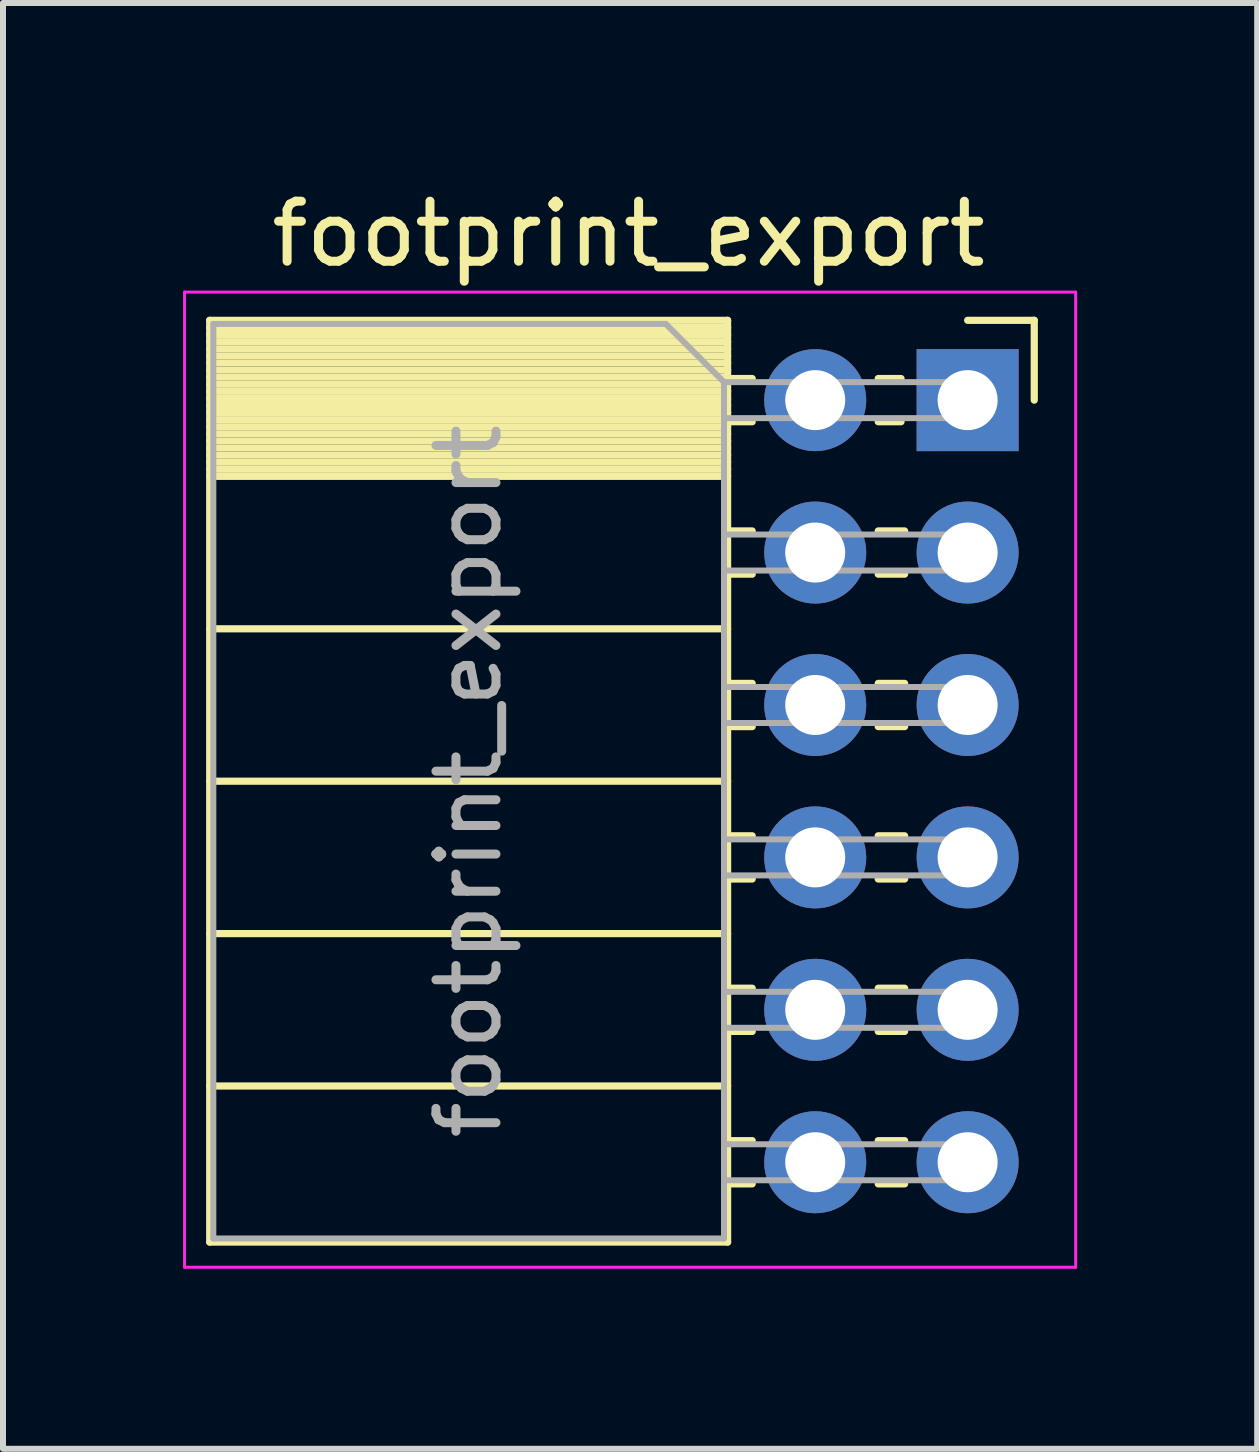
<source format=kicad_pcb>
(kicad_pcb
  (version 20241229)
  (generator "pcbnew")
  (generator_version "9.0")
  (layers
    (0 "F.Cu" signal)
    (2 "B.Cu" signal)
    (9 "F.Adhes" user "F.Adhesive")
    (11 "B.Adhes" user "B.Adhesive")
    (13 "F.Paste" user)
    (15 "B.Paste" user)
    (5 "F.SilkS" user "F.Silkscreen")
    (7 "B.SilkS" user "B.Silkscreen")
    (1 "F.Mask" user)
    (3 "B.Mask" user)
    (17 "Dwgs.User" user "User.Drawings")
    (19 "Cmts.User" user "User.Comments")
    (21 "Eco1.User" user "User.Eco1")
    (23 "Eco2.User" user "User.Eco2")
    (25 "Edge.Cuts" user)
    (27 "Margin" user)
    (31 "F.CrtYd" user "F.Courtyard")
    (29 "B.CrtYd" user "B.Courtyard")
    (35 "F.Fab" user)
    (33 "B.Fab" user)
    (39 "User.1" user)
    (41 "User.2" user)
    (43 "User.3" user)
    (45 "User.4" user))
  (footprint "footprint_export"
    (layer "F.Cu")
    (at 13.075 3.618)
    (property "Reference" "footprint_export" (at -5.65 -2.77 0) (layer "F.SilkS") (effects (font (size 1 1) (thickness 0.15))))
    (attr through_hole)
    (fp_line (start -12.63 -1.33) (end -12.63 14.03) (stroke (width 0.12) (type solid)) (layer "F.SilkS"))
    (fp_line (start -12.63 -1.33) (end -4 -1.33) (stroke (width 0.12) (type solid)) (layer "F.SilkS"))
    (fp_line (start -12.63 -1.21) (end -4 -1.21) (stroke (width 0.12) (type solid)) (layer "F.SilkS"))
    (fp_line (start -12.63 -1.092) (end -4 -1.092) (stroke (width 0.12) (type solid)) (layer "F.SilkS"))
    (fp_line (start -12.63 -0.974) (end -4 -0.974) (stroke (width 0.12) (type solid)) (layer "F.SilkS"))
    (fp_line (start -12.63 -0.856) (end -4 -0.856) (stroke (width 0.12) (type solid)) (layer "F.SilkS"))
    (fp_line (start -12.63 -0.738) (end -4 -0.738) (stroke (width 0.12) (type solid)) (layer "F.SilkS"))
    (fp_line (start -12.63 -0.62) (end -4 -0.62) (stroke (width 0.12) (type solid)) (layer "F.SilkS"))
    (fp_line (start -12.63 -0.501) (end -4 -0.501) (stroke (width 0.12) (type solid)) (layer "F.SilkS"))
    (fp_line (start -12.63 -0.383) (end -4 -0.383) (stroke (width 0.12) (type solid)) (layer "F.SilkS"))
    (fp_line (start -12.63 -0.265) (end -4 -0.265) (stroke (width 0.12) (type solid)) (layer "F.SilkS"))
    (fp_line (start -12.63 -0.147) (end -4 -0.147) (stroke (width 0.12) (type solid)) (layer "F.SilkS"))
    (fp_line (start -12.63 -0.029) (end -4 -0.029) (stroke (width 0.12) (type solid)) (layer "F.SilkS"))
    (fp_line (start -12.63 0.089) (end -4 0.089) (stroke (width 0.12) (type solid)) (layer "F.SilkS"))
    (fp_line (start -12.63 0.207) (end -4 0.207) (stroke (width 0.12) (type solid)) (layer "F.SilkS"))
    (fp_line (start -12.63 0.325) (end -4 0.325) (stroke (width 0.12) (type solid)) (layer "F.SilkS"))
    (fp_line (start -12.63 0.443) (end -4 0.443) (stroke (width 0.12) (type solid)) (layer "F.SilkS"))
    (fp_line (start -12.63 0.561) (end -4 0.561) (stroke (width 0.12) (type solid)) (layer "F.SilkS"))
    (fp_line (start -12.63 0.68) (end -4 0.68) (stroke (width 0.12) (type solid)) (layer "F.SilkS"))
    (fp_line (start -12.63 0.798) (end -4 0.798) (stroke (width 0.12) (type solid)) (layer "F.SilkS"))
    (fp_line (start -12.63 0.916) (end -4 0.916) (stroke (width 0.12) (type solid)) (layer "F.SilkS"))
    (fp_line (start -12.63 1.034) (end -4 1.034) (stroke (width 0.12) (type solid)) (layer "F.SilkS"))
    (fp_line (start -12.63 1.152) (end -4 1.152) (stroke (width 0.12) (type solid)) (layer "F.SilkS"))
    (fp_line (start -12.63 1.27) (end -4 1.27) (stroke (width 0.12) (type solid)) (layer "F.SilkS"))
    (fp_line (start -12.63 3.81) (end -4 3.81) (stroke (width 0.12) (type solid)) (layer "F.SilkS"))
    (fp_line (start -12.63 6.35) (end -4 6.35) (stroke (width 0.12) (type solid)) (layer "F.SilkS"))
    (fp_line (start -12.63 8.89) (end -4 8.89) (stroke (width 0.12) (type solid)) (layer "F.SilkS"))
    (fp_line (start -12.63 11.43) (end -4 11.43) (stroke (width 0.12) (type solid)) (layer "F.SilkS"))
    (fp_line (start -12.63 14.03) (end -4 14.03) (stroke (width 0.12) (type solid)) (layer "F.SilkS"))
    (fp_line (start -4 -1.33) (end -4 14.03) (stroke (width 0.12) (type solid)) (layer "F.SilkS"))
    (fp_line (start -4 -0.36) (end -3.59 -0.36) (stroke (width 0.12) (type solid)) (layer "F.SilkS"))
    (fp_line (start -4 0.36) (end -3.59 0.36) (stroke (width 0.12) (type solid)) (layer "F.SilkS"))
    (fp_line (start -4 2.18) (end -3.59 2.18) (stroke (width 0.12) (type solid)) (layer "F.SilkS"))
    (fp_line (start -4 2.9) (end -3.59 2.9) (stroke (width 0.12) (type solid)) (layer "F.SilkS"))
    (fp_line (start -4 4.72) (end -3.59 4.72) (stroke (width 0.12) (type solid)) (layer "F.SilkS"))
    (fp_line (start -4 5.44) (end -3.59 5.44) (stroke (width 0.12) (type solid)) (layer "F.SilkS"))
    (fp_line (start -4 7.26) (end -3.59 7.26) (stroke (width 0.12) (type solid)) (layer "F.SilkS"))
    (fp_line (start -4 7.98) (end -3.59 7.98) (stroke (width 0.12) (type solid)) (layer "F.SilkS"))
    (fp_line (start -4 9.8) (end -3.59 9.8) (stroke (width 0.12) (type solid)) (layer "F.SilkS"))
    (fp_line (start -4 10.52) (end -3.59 10.52) (stroke (width 0.12) (type solid)) (layer "F.SilkS"))
    (fp_line (start -4 12.34) (end -3.59 12.34) (stroke (width 0.12) (type solid)) (layer "F.SilkS"))
    (fp_line (start -4 13.06) (end -3.59 13.06) (stroke (width 0.12) (type solid)) (layer "F.SilkS"))
    (fp_line (start -1.49 -0.36) (end -1.11 -0.36) (stroke (width 0.12) (type solid)) (layer "F.SilkS"))
    (fp_line (start -1.49 0.36) (end -1.11 0.36) (stroke (width 0.12) (type solid)) (layer "F.SilkS"))
    (fp_line (start -1.49 2.18) (end -1.05 2.18) (stroke (width 0.12) (type solid)) (layer "F.SilkS"))
    (fp_line (start -1.49 2.9) (end -1.05 2.9) (stroke (width 0.12) (type solid)) (layer "F.SilkS"))
    (fp_line (start -1.49 4.72) (end -1.05 4.72) (stroke (width 0.12) (type solid)) (layer "F.SilkS"))
    (fp_line (start -1.49 5.44) (end -1.05 5.44) (stroke (width 0.12) (type solid)) (layer "F.SilkS"))
    (fp_line (start -1.49 7.26) (end -1.05 7.26) (stroke (width 0.12) (type solid)) (layer "F.SilkS"))
    (fp_line (start -1.49 7.98) (end -1.05 7.98) (stroke (width 0.12) (type solid)) (layer "F.SilkS"))
    (fp_line (start -1.49 9.8) (end -1.05 9.8) (stroke (width 0.12) (type solid)) (layer "F.SilkS"))
    (fp_line (start -1.49 10.52) (end -1.05 10.52) (stroke (width 0.12) (type solid)) (layer "F.SilkS"))
    (fp_line (start -1.49 12.34) (end -1.05 12.34) (stroke (width 0.12) (type solid)) (layer "F.SilkS"))
    (fp_line (start -1.49 13.06) (end -1.05 13.06) (stroke (width 0.12) (type solid)) (layer "F.SilkS"))
    (fp_line (start 0 -1.33) (end 1.11 -1.33) (stroke (width 0.12) (type solid)) (layer "F.SilkS"))
    (fp_line (start 1.11 -1.33) (end 1.11 0) (stroke (width 0.12) (type solid)) (layer "F.SilkS"))
    (fp_line (start -13.05 -1.8) (end -13.05 14.45) (stroke (width 0.05) (type solid)) (layer "F.CrtYd"))
    (fp_line (start -13.05 14.45) (end 1.8 14.45) (stroke (width 0.05) (type solid)) (layer "F.CrtYd"))
    (fp_line (start 1.8 -1.8) (end -13.05 -1.8) (stroke (width 0.05) (type solid)) (layer "F.CrtYd"))
    (fp_line (start 1.8 14.45) (end 1.8 -1.8) (stroke (width 0.05) (type solid)) (layer "F.CrtYd"))
    (fp_line (start -12.57 -1.27) (end -5.03 -1.27) (stroke (width 0.1) (type solid)) (layer "F.Fab"))
    (fp_line (start -12.57 13.97) (end -12.57 -1.27) (stroke (width 0.1) (type solid)) (layer "F.Fab"))
    (fp_line (start -5.03 -1.27) (end -4.06 -0.3) (stroke (width 0.1) (type solid)) (layer "F.Fab"))
    (fp_line (start -4.06 -0.3) (end -4.06 13.97) (stroke (width 0.1) (type solid)) (layer "F.Fab"))
    (fp_line (start -4.06 0.3) (end 0 0.3) (stroke (width 0.1) (type solid)) (layer "F.Fab"))
    (fp_line (start -4.06 2.84) (end 0 2.84) (stroke (width 0.1) (type solid)) (layer "F.Fab"))
    (fp_line (start -4.06 5.38) (end 0 5.38) (stroke (width 0.1) (type solid)) (layer "F.Fab"))
    (fp_line (start -4.06 7.92) (end 0 7.92) (stroke (width 0.1) (type solid)) (layer "F.Fab"))
    (fp_line (start -4.06 10.46) (end 0 10.46) (stroke (width 0.1) (type solid)) (layer "F.Fab"))
    (fp_line (start -4.06 13) (end 0 13) (stroke (width 0.1) (type solid)) (layer "F.Fab"))
    (fp_line (start -4.06 13.97) (end -12.57 13.97) (stroke (width 0.1) (type solid)) (layer "F.Fab"))
    (fp_line (start 0 -0.3) (end -4.06 -0.3) (stroke (width 0.1) (type solid)) (layer "F.Fab"))
    (fp_line (start 0 0.3) (end 0 -0.3) (stroke (width 0.1) (type solid)) (layer "F.Fab"))
    (fp_line (start 0 2.24) (end -4.06 2.24) (stroke (width 0.1) (type solid)) (layer "F.Fab"))
    (fp_line (start 0 2.84) (end 0 2.24) (stroke (width 0.1) (type solid)) (layer "F.Fab"))
    (fp_line (start 0 4.78) (end -4.06 4.78) (stroke (width 0.1) (type solid)) (layer "F.Fab"))
    (fp_line (start 0 5.38) (end 0 4.78) (stroke (width 0.1) (type solid)) (layer "F.Fab"))
    (fp_line (start 0 7.32) (end -4.06 7.32) (stroke (width 0.1) (type solid)) (layer "F.Fab"))
    (fp_line (start 0 7.92) (end 0 7.32) (stroke (width 0.1) (type solid)) (layer "F.Fab"))
    (fp_line (start 0 9.86) (end -4.06 9.86) (stroke (width 0.1) (type solid)) (layer "F.Fab"))
    (fp_line (start 0 10.46) (end 0 9.86) (stroke (width 0.1) (type solid)) (layer "F.Fab"))
    (fp_line (start 0 12.4) (end -4.06 12.4) (stroke (width 0.1) (type solid)) (layer "F.Fab"))
    (fp_line (start 0 13) (end 0 12.4) (stroke (width 0.1) (type solid)) (layer "F.Fab"))
    (fp_text user "${REFERENCE}" (at -8.315 6.35 90) (layer "F.Fab") (effects (font (size 1 1) (thickness 0.15))))
    (pad "1" thru_hole rect (at 0 0) (size 1.7 1.7) (drill 1) (layers "*.Cu" "*.Mask"))
    (pad "2" thru_hole oval (at -2.54 0) (size 1.7 1.7) (drill 1) (layers "*.Cu" "*.Mask"))
    (pad "3" thru_hole oval (at 0 2.54) (size 1.7 1.7) (drill 1) (layers "*.Cu" "*.Mask"))
    (pad "4" thru_hole oval (at -2.54 2.54) (size 1.7 1.7) (drill 1) (layers "*.Cu" "*.Mask"))
    (pad "5" thru_hole oval (at 0 5.08) (size 1.7 1.7) (drill 1) (layers "*.Cu" "*.Mask"))
    (pad "6" thru_hole oval (at -2.54 5.08) (size 1.7 1.7) (drill 1) (layers "*.Cu" "*.Mask"))
    (pad "7" thru_hole oval (at 0 7.62) (size 1.7 1.7) (drill 1) (layers "*.Cu" "*.Mask"))
    (pad "8" thru_hole oval (at -2.54 7.62) (size 1.7 1.7) (drill 1) (layers "*.Cu" "*.Mask"))
    (pad "9" thru_hole oval (at 0 10.16) (size 1.7 1.7) (drill 1) (layers "*.Cu" "*.Mask"))
    (pad "10" thru_hole oval (at -2.54 10.16) (size 1.7 1.7) (drill 1) (layers "*.Cu" "*.Mask"))
    (pad "11" thru_hole oval (at 0 12.7) (size 1.7 1.7) (drill 1) (layers "*.Cu" "*.Mask"))
    (pad "12" thru_hole oval (at -2.54 12.7) (size 1.7 1.7) (drill 1) (layers "*.Cu" "*.Mask")))
  (gr_rect
    (start -3 -3)
    (end 17.9 21.093)
    (stroke (width 0.1) (type default))
    (fill no)
    (layer "Edge.Cuts")))
</source>
